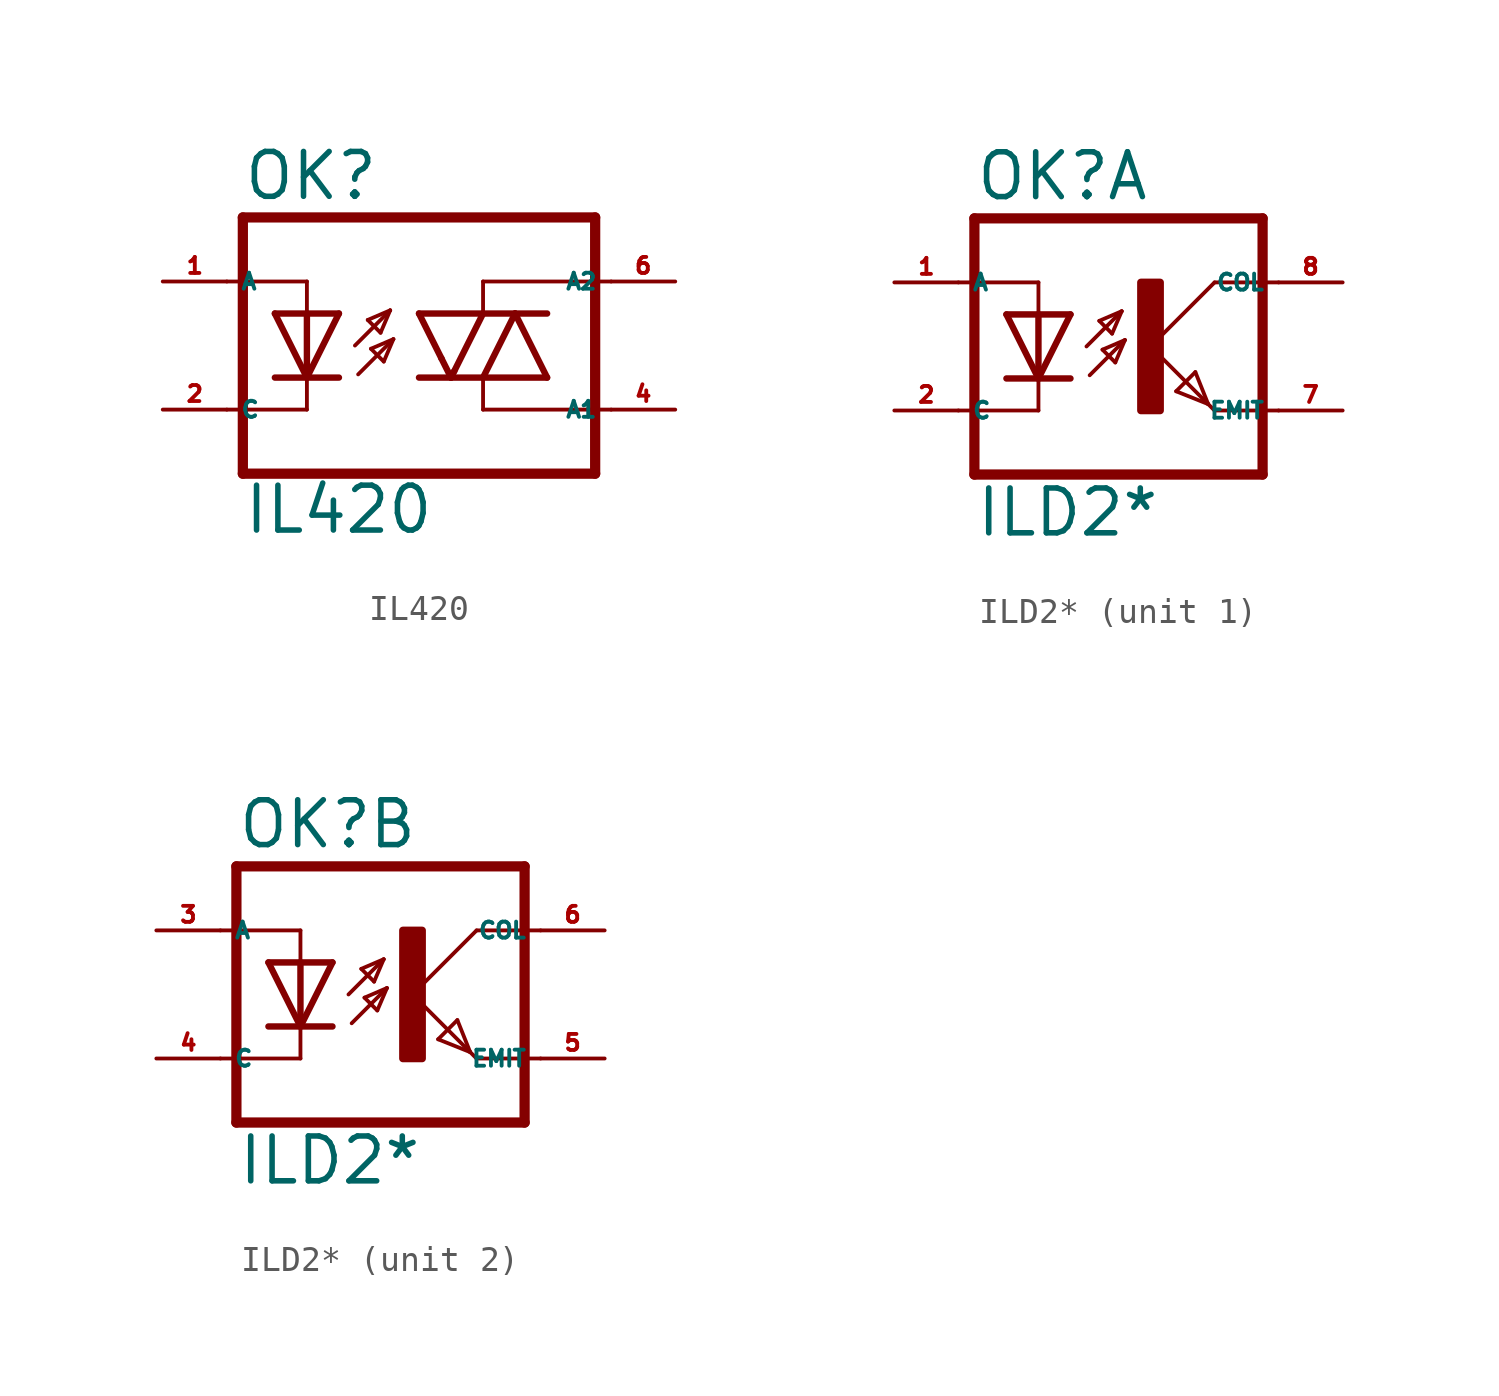
<source format=kicad_sym>
(kicad_symbol_lib
  (version 20220914)
  (generator kicad_symbol_editor)
  (symbol "IL420"
    (property "Reference" "OK"
      (at -7.01 5.69 0)
      (effects (font (size 1.778 1.778) (thickness 0.22)) (justify left bottom)))
    (property "Value" "IL420"
      (at -7.01 -7.544 0)
      (effects (font (size 1.778 1.778) (thickness 0.22)) (justify left bottom)))
    (symbol "IL420_1_1"
      (polyline (pts (xy -7.62 -2.54) (xy -4.445 -2.54)) (stroke (width 0.152) (type default)) (fill (type none)))
      (polyline (pts (xy -7.62 2.54) (xy -4.445 2.54)) (stroke (width 0.152) (type default)) (fill (type none)))
      (polyline (pts (xy -6.985 -5.08) (xy 6.985 -5.08)) (stroke (width 0.406) (type default)) (fill (type none)))
      (polyline (pts (xy -6.985 5.08) (xy -6.985 -5.08)) (stroke (width 0.406) (type default)) (fill (type none)))
      (polyline (pts (xy -6.985 5.08) (xy 6.985 5.08)) (stroke (width 0.406) (type default)) (fill (type none)))
      (polyline (pts (xy -4.445 -1.27) (xy -5.715 -1.27)) (stroke (width 0.254) (type default)) (fill (type none)))
      (polyline (pts (xy -4.445 -1.27) (xy -5.715 1.27)) (stroke (width 0.254) (type default)) (fill (type none)))
      (polyline (pts (xy -4.445 -1.27) (xy -4.445 -2.54)) (stroke (width 0.152) (type default)) (fill (type none)))
      (polyline (pts (xy -4.445 1.27) (xy -5.715 1.27)) (stroke (width 0.254) (type default)) (fill (type none)))
      (polyline (pts (xy -4.445 1.27) (xy -4.445 -1.27)) (stroke (width 0.254) (type default)) (fill (type none)))
      (polyline (pts (xy -4.445 2.54) (xy -4.445 1.27)) (stroke (width 0.152) (type default)) (fill (type none)))
      (polyline (pts (xy -3.175 -1.27) (xy -4.445 -1.27)) (stroke (width 0.254) (type default)) (fill (type none)))
      (polyline (pts (xy -3.175 1.27) (xy -4.445 -1.27)) (stroke (width 0.254) (type default)) (fill (type none)))
      (polyline (pts (xy -3.175 1.27) (xy -4.445 1.27)) (stroke (width 0.254) (type default)) (fill (type none)))
      (polyline (pts (xy -2.54 0) (xy -1.143 1.397)) (stroke (width 0.152) (type default)) (fill (type none)))
      (polyline (pts (xy -2.413 -1.143) (xy -1.016 0.254)) (stroke (width 0.152) (type default)) (fill (type none)))
      (polyline (pts (xy -2.032 1.016) (xy -1.524 0.508)) (stroke (width 0.152) (type default)) (fill (type none)))
      (polyline (pts (xy -1.905 -0.127) (xy -1.397 -0.635)) (stroke (width 0.152) (type default)) (fill (type none)))
      (polyline (pts (xy -1.524 0.508) (xy -1.143 1.397)) (stroke (width 0.152) (type default)) (fill (type none)))
      (polyline (pts (xy -1.397 -0.635) (xy -1.016 0.254)) (stroke (width 0.152) (type default)) (fill (type none)))
      (polyline (pts (xy -1.143 1.397) (xy -2.032 1.016)) (stroke (width 0.152) (type default)) (fill (type none)))
      (polyline (pts (xy -1.016 0.254) (xy -1.905 -0.127)) (stroke (width 0.152) (type default)) (fill (type none)))
      (polyline (pts (xy 0.889 -0.508) (xy 0 1.27)) (stroke (width 0.254) (type default)) (fill (type none)))
      (polyline (pts (xy 1.27 -1.27) (xy 0 -1.27)) (stroke (width 0.254) (type default)) (fill (type none)))
      (polyline (pts (xy 1.27 -1.27) (xy 0.889 -0.508)) (stroke (width 0.254) (type default)) (fill (type none)))
      (polyline (pts (xy 1.397 -1.016) (xy 1.27 -1.27)) (stroke (width 0.254) (type default)) (fill (type none)))
      (polyline (pts (xy 2.54 -2.54) (xy 2.54 -1.27)) (stroke (width 0.152) (type default)) (fill (type none)))
      (polyline (pts (xy 2.54 -2.54) (xy 7.62 -2.54)) (stroke (width 0.152) (type default)) (fill (type none)))
      (polyline (pts (xy 2.54 -1.27) (xy 1.27 -1.27)) (stroke (width 0.254) (type default)) (fill (type none)))
      (polyline (pts (xy 2.54 -1.27) (xy 3.81 1.27)) (stroke (width 0.254) (type default)) (fill (type none)))
      (polyline (pts (xy 2.54 -1.27) (xy 5.08 -1.27)) (stroke (width 0.254) (type default)) (fill (type none)))
      (polyline (pts (xy 2.54 1.27) (xy 0 1.27)) (stroke (width 0.254) (type default)) (fill (type none)))
      (polyline (pts (xy 2.54 1.27) (xy 1.397 -1.016)) (stroke (width 0.254) (type default)) (fill (type none)))
      (polyline (pts (xy 2.54 1.27) (xy 3.81 1.27)) (stroke (width 0.254) (type default)) (fill (type none)))
      (polyline (pts (xy 2.54 2.54) (xy 2.54 1.27)) (stroke (width 0.152) (type default)) (fill (type none)))
      (polyline (pts (xy 2.54 2.54) (xy 7.62 2.54)) (stroke (width 0.152) (type default)) (fill (type none)))
      (polyline (pts (xy 3.81 1.27) (xy 5.08 -1.27)) (stroke (width 0.254) (type default)) (fill (type none)))
      (polyline (pts (xy 3.81 1.27) (xy 5.08 1.27)) (stroke (width 0.254) (type default)) (fill (type none)))
      (polyline (pts (xy 6.985 -5.08) (xy 6.985 5.08)) (stroke (width 0.406) (type default)) (fill (type none)))
      (pin passive line (at -10.16 2.54 0) (length 2.54) (name "A" (effects (font (size 0.635 0.635)))) (number "1" (effects (font (size 0.635 0.635)))))
      (pin passive line (at -10.16 -2.54 0) (length 2.54) (name "C" (effects (font (size 0.635 0.635)))) (number "2" (effects (font (size 0.635 0.635)))))
      (pin passive line (at 10.16 -2.54 180) (length 2.54) (name "A1" (effects (font (size 0.635 0.635)))) (number "4" (effects (font (size 0.635 0.635)))))
      (pin passive line (at 10.16 2.54 180) (length 2.54) (name "A2" (effects (font (size 0.635 0.635)))) (number "6" (effects (font (size 0.635 0.635)))))))
  (symbol "ILD2*"
    (property "Reference" "OK"
      (at -6.985 5.715 0)
      (effects (font (size 1.778 1.778) (thickness 0.22)) (justify left bottom)))
    (property "Value" "ILD2*"
      (at -6.985 -7.62 0)
      (effects (font (size 1.778 1.778) (thickness 0.22)) (justify left bottom)))
    (symbol "ILD2*_1_0"
      (rectangle (start -0.381 -2.54) (end 0.381 2.54) (stroke (width 0.3) (type default)) (fill (type outline)))
      (polyline (pts (xy -6.985 -5.08) (xy 4.445 -5.08)) (stroke (width 0.406) (type default)) (fill (type none)))
      (polyline (pts (xy -6.985 5.08) (xy -6.985 -5.08)) (stroke (width 0.406) (type default)) (fill (type none)))
      (polyline (pts (xy -6.985 5.08) (xy 4.445 5.08)) (stroke (width 0.406) (type default)) (fill (type none)))
      (polyline (pts (xy -4.445 -2.54) (xy -7.62 -2.54)) (stroke (width 0.152) (type default)) (fill (type none)))
      (polyline (pts (xy -4.445 -1.27) (xy -5.715 -1.27)) (stroke (width 0.254) (type default)) (fill (type none)))
      (polyline (pts (xy -4.445 -1.27) (xy -5.715 1.27)) (stroke (width 0.254) (type default)) (fill (type none)))
      (polyline (pts (xy -4.445 -1.27) (xy -4.445 -2.54)) (stroke (width 0.152) (type default)) (fill (type none)))
      (polyline (pts (xy -4.445 1.27) (xy -5.715 1.27)) (stroke (width 0.254) (type default)) (fill (type none)))
      (polyline (pts (xy -4.445 1.27) (xy -4.445 -1.27)) (stroke (width 0.254) (type default)) (fill (type none)))
      (polyline (pts (xy -4.445 2.54) (xy -7.62 2.54)) (stroke (width 0.152) (type default)) (fill (type none)))
      (polyline (pts (xy -4.445 2.54) (xy -4.445 1.27)) (stroke (width 0.152) (type default)) (fill (type none)))
      (polyline (pts (xy -3.175 -1.27) (xy -4.445 -1.27)) (stroke (width 0.254) (type default)) (fill (type none)))
      (polyline (pts (xy -3.175 1.27) (xy -4.445 -1.27)) (stroke (width 0.254) (type default)) (fill (type none)))
      (polyline (pts (xy -3.175 1.27) (xy -4.445 1.27)) (stroke (width 0.254) (type default)) (fill (type none)))
      (polyline (pts (xy -2.54 0) (xy -1.143 1.397)) (stroke (width 0.152) (type default)) (fill (type none)))
      (polyline (pts (xy -2.413 -1.143) (xy -1.016 0.254)) (stroke (width 0.152) (type default)) (fill (type none)))
      (polyline (pts (xy -2.032 1.016) (xy -1.524 0.508)) (stroke (width 0.152) (type default)) (fill (type none)))
      (polyline (pts (xy -1.905 -0.127) (xy -1.397 -0.635)) (stroke (width 0.152) (type default)) (fill (type none)))
      (polyline (pts (xy -1.524 0.508) (xy -1.143 1.397)) (stroke (width 0.152) (type default)) (fill (type none)))
      (polyline (pts (xy -1.397 -0.635) (xy -1.016 0.254)) (stroke (width 0.152) (type default)) (fill (type none)))
      (polyline (pts (xy -1.143 1.397) (xy -2.032 1.016)) (stroke (width 0.152) (type default)) (fill (type none)))
      (polyline (pts (xy -1.016 0.254) (xy -1.905 -0.127)) (stroke (width 0.152) (type default)) (fill (type none)))
      (polyline (pts (xy 0 0) (xy 2.286 -2.286)) (stroke (width 0.152) (type default)) (fill (type none)))
      (polyline (pts (xy 1.016 -1.778) (xy 1.778 -1.016)) (stroke (width 0.152) (type default)) (fill (type none)))
      (polyline (pts (xy 1.778 -1.016) (xy 2.286 -2.286)) (stroke (width 0.152) (type default)) (fill (type none)))
      (polyline (pts (xy 2.286 -2.286) (xy 1.016 -1.778)) (stroke (width 0.152) (type default)) (fill (type none)))
      (polyline (pts (xy 2.286 -2.286) (xy 2.54 -2.54)) (stroke (width 0.152) (type default)) (fill (type none)))
      (polyline (pts (xy 2.54 -2.54) (xy 5.08 -2.54)) (stroke (width 0.152) (type default)) (fill (type none)))
      (polyline (pts (xy 2.54 2.54) (xy 0 0)) (stroke (width 0.152) (type default)) (fill (type none)))
      (polyline (pts (xy 2.54 2.54) (xy 5.08 2.54)) (stroke (width 0.152) (type default)) (fill (type none)))
      (polyline (pts (xy 4.445 5.08) (xy 4.445 -5.08)) (stroke (width 0.406) (type default)) (fill (type none)))
      (pin passive line (at -10.16 2.54 0) (length 2.54) (name "A" (effects (font (size 0.635 0.635)))) (number "1" (effects (font (size 0.635 0.635)))))
      (pin passive line (at -10.16 -2.54 0) (length 2.54) (name "C" (effects (font (size 0.635 0.635)))) (number "2" (effects (font (size 0.635 0.635)))))
      (pin passive line (at 7.62 -2.54 180) (length 2.54) (name "EMIT" (effects (font (size 0.635 0.635)))) (number "7" (effects (font (size 0.635 0.635)))))
      (pin passive line (at 7.62 2.54 180) (length 2.54) (name "COL" (effects (font (size 0.635 0.635)))) (number "8" (effects (font (size 0.635 0.635))))))
    (symbol "ILD2*_2_0"
      (rectangle (start -0.381 -2.54) (end 0.381 2.54) (stroke (width 0.3) (type default)) (fill (type outline)))
      (polyline (pts (xy -6.985 -5.08) (xy 4.445 -5.08)) (stroke (width 0.406) (type default)) (fill (type none)))
      (polyline (pts (xy -6.985 5.08) (xy -6.985 -5.08)) (stroke (width 0.406) (type default)) (fill (type none)))
      (polyline (pts (xy -6.985 5.08) (xy 4.445 5.08)) (stroke (width 0.406) (type default)) (fill (type none)))
      (polyline (pts (xy -4.445 -2.54) (xy -7.62 -2.54)) (stroke (width 0.152) (type default)) (fill (type none)))
      (polyline (pts (xy -4.445 -1.27) (xy -5.715 -1.27)) (stroke (width 0.254) (type default)) (fill (type none)))
      (polyline (pts (xy -4.445 -1.27) (xy -5.715 1.27)) (stroke (width 0.254) (type default)) (fill (type none)))
      (polyline (pts (xy -4.445 -1.27) (xy -4.445 -2.54)) (stroke (width 0.152) (type default)) (fill (type none)))
      (polyline (pts (xy -4.445 1.27) (xy -5.715 1.27)) (stroke (width 0.254) (type default)) (fill (type none)))
      (polyline (pts (xy -4.445 1.27) (xy -4.445 -1.27)) (stroke (width 0.254) (type default)) (fill (type none)))
      (polyline (pts (xy -4.445 2.54) (xy -7.62 2.54)) (stroke (width 0.152) (type default)) (fill (type none)))
      (polyline (pts (xy -4.445 2.54) (xy -4.445 1.27)) (stroke (width 0.152) (type default)) (fill (type none)))
      (polyline (pts (xy -3.175 -1.27) (xy -4.445 -1.27)) (stroke (width 0.254) (type default)) (fill (type none)))
      (polyline (pts (xy -3.175 1.27) (xy -4.445 -1.27)) (stroke (width 0.254) (type default)) (fill (type none)))
      (polyline (pts (xy -3.175 1.27) (xy -4.445 1.27)) (stroke (width 0.254) (type default)) (fill (type none)))
      (polyline (pts (xy -2.54 0) (xy -1.143 1.397)) (stroke (width 0.152) (type default)) (fill (type none)))
      (polyline (pts (xy -2.413 -1.143) (xy -1.016 0.254)) (stroke (width 0.152) (type default)) (fill (type none)))
      (polyline (pts (xy -2.032 1.016) (xy -1.524 0.508)) (stroke (width 0.152) (type default)) (fill (type none)))
      (polyline (pts (xy -1.905 -0.127) (xy -1.397 -0.635)) (stroke (width 0.152) (type default)) (fill (type none)))
      (polyline (pts (xy -1.524 0.508) (xy -1.143 1.397)) (stroke (width 0.152) (type default)) (fill (type none)))
      (polyline (pts (xy -1.397 -0.635) (xy -1.016 0.254)) (stroke (width 0.152) (type default)) (fill (type none)))
      (polyline (pts (xy -1.143 1.397) (xy -2.032 1.016)) (stroke (width 0.152) (type default)) (fill (type none)))
      (polyline (pts (xy -1.016 0.254) (xy -1.905 -0.127)) (stroke (width 0.152) (type default)) (fill (type none)))
      (polyline (pts (xy 0 0) (xy 2.286 -2.286)) (stroke (width 0.152) (type default)) (fill (type none)))
      (polyline (pts (xy 1.016 -1.778) (xy 1.778 -1.016)) (stroke (width 0.152) (type default)) (fill (type none)))
      (polyline (pts (xy 1.778 -1.016) (xy 2.286 -2.286)) (stroke (width 0.152) (type default)) (fill (type none)))
      (polyline (pts (xy 2.286 -2.286) (xy 1.016 -1.778)) (stroke (width 0.152) (type default)) (fill (type none)))
      (polyline (pts (xy 2.286 -2.286) (xy 2.54 -2.54)) (stroke (width 0.152) (type default)) (fill (type none)))
      (polyline (pts (xy 2.54 -2.54) (xy 5.08 -2.54)) (stroke (width 0.152) (type default)) (fill (type none)))
      (polyline (pts (xy 2.54 2.54) (xy 0 0)) (stroke (width 0.152) (type default)) (fill (type none)))
      (polyline (pts (xy 2.54 2.54) (xy 5.08 2.54)) (stroke (width 0.152) (type default)) (fill (type none)))
      (polyline (pts (xy 4.445 5.08) (xy 4.445 -5.08)) (stroke (width 0.406) (type default)) (fill (type none)))
      (pin passive line (at -10.16 2.54 0) (length 2.54) (name "A" (effects (font (size 0.635 0.635)))) (number "3" (effects (font (size 0.635 0.635)))))
      (pin passive line (at -10.16 -2.54 0) (length 2.54) (name "C" (effects (font (size 0.635 0.635)))) (number "4" (effects (font (size 0.635 0.635)))))
      (pin passive line (at 7.62 -2.54 180) (length 2.54) (name "EMIT" (effects (font (size 0.635 0.635)))) (number "5" (effects (font (size 0.635 0.635)))))
      (pin passive line (at 7.62 2.54 180) (length 2.54) (name "COL" (effects (font (size 0.635 0.635)))) (number "6" (effects (font (size 0.635 0.635))))))))
</source>
